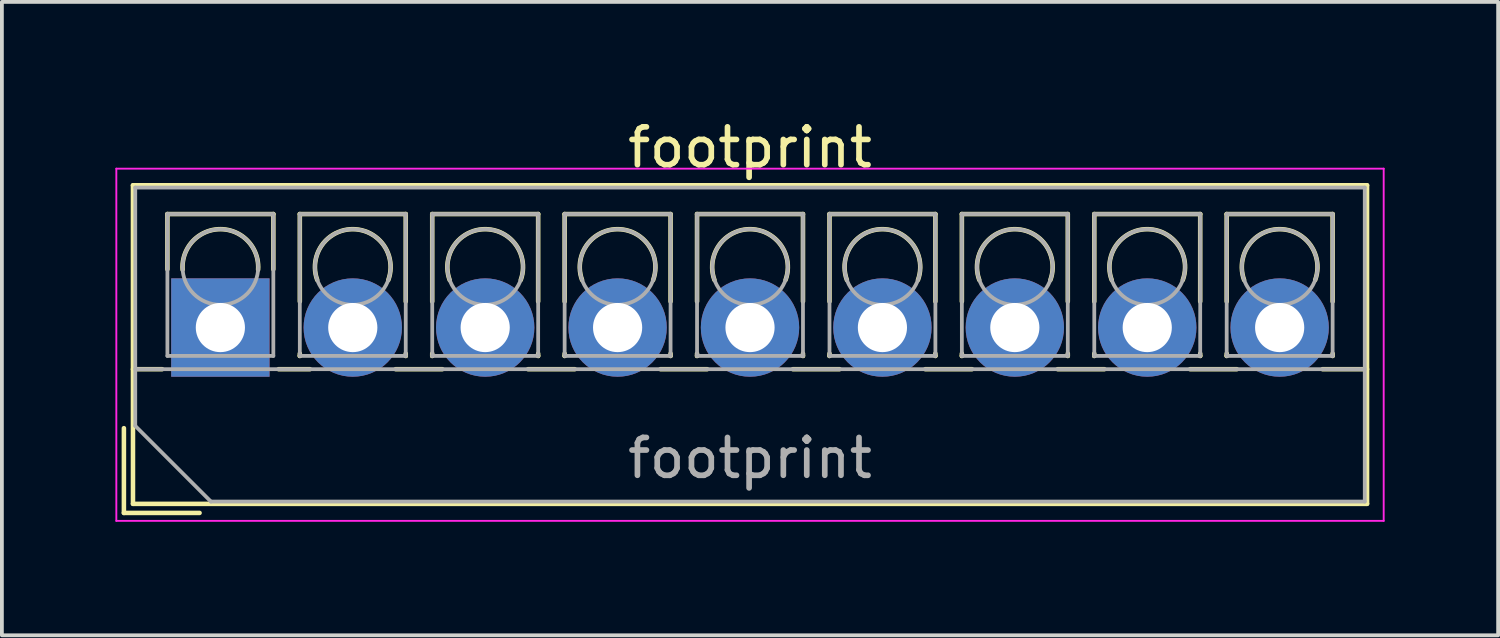
<source format=kicad_pcb>
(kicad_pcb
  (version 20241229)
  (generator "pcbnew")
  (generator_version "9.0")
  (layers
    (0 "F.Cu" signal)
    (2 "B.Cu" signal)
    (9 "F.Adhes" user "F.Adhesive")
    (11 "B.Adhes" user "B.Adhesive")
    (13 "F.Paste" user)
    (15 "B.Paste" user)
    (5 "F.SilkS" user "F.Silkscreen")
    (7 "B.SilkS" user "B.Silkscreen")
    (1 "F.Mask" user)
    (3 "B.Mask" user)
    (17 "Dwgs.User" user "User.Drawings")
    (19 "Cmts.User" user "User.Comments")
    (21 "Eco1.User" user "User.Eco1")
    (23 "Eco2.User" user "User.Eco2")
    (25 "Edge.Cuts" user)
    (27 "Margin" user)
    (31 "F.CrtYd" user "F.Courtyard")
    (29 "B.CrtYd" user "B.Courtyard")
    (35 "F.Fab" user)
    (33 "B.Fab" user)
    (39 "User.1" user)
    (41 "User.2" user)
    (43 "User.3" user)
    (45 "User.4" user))
  (footprint "footprint"
    (layer "F.Cu")
    (at 2.775 5.608)
    (property "Reference" "footprint" (at 14 -4.76 0) (layer "F.SilkS") (effects (font (size 1 1) (thickness 0.15))))
    (attr through_hole)
    (fp_line (start -2.55 2.66) (end -2.55 4.9) (stroke (width 0.12) (type solid)) (layer "F.SilkS"))
    (fp_line (start -2.55 4.9) (end -0.55 4.9) (stroke (width 0.12) (type solid)) (layer "F.SilkS"))
    (fp_line (start -2.31 -3.76) (end -2.31 4.66) (stroke (width 0.12) (type solid)) (layer "F.SilkS"))
    (fp_line (start -2.31 -3.76) (end 30.31 -3.76) (stroke (width 0.12) (type solid)) (layer "F.SilkS"))
    (fp_line (start -2.31 1.101) (end -1.54 1.101) (stroke (width 0.12) (type solid)) (layer "F.SilkS"))
    (fp_line (start -2.31 4.66) (end 30.31 4.66) (stroke (width 0.12) (type solid)) (layer "F.SilkS"))
    (fp_line (start -1.4 -3) (end -1.4 -1.54) (stroke (width 0.12) (type solid)) (layer "F.SilkS"))
    (fp_line (start -1.4 -3) (end 1.4 -3) (stroke (width 0.12) (type solid)) (layer "F.SilkS"))
    (fp_line (start 1.4 -3) (end 1.4 -1.54) (stroke (width 0.12) (type solid)) (layer "F.SilkS"))
    (fp_line (start 1.54 1.101) (end 2.367 1.101) (stroke (width 0.12) (type solid)) (layer "F.SilkS"))
    (fp_line (start 2.1 -3) (end 2.1 -0.689) (stroke (width 0.12) (type solid)) (layer "F.SilkS"))
    (fp_line (start 2.1 -3) (end 4.9 -3) (stroke (width 0.12) (type solid)) (layer "F.SilkS"))
    (fp_line (start 2.1 0.689) (end 2.1 0.75) (stroke (width 0.12) (type solid)) (layer "F.SilkS"))
    (fp_line (start 2.1 0.75) (end 2.101 0.75) (stroke (width 0.12) (type solid)) (layer "F.SilkS"))
    (fp_line (start 4.634 1.101) (end 5.867 1.101) (stroke (width 0.12) (type solid)) (layer "F.SilkS"))
    (fp_line (start 4.9 -3) (end 4.9 -0.689) (stroke (width 0.12) (type solid)) (layer "F.SilkS"))
    (fp_line (start 4.9 0.689) (end 4.9 0.75) (stroke (width 0.12) (type solid)) (layer "F.SilkS"))
    (fp_line (start 4.9 0.75) (end 4.9 0.75) (stroke (width 0.12) (type solid)) (layer "F.SilkS"))
    (fp_line (start 5.6 -3) (end 5.6 -0.689) (stroke (width 0.12) (type solid)) (layer "F.SilkS"))
    (fp_line (start 5.6 -3) (end 8.4 -3) (stroke (width 0.12) (type solid)) (layer "F.SilkS"))
    (fp_line (start 5.6 0.689) (end 5.6 0.75) (stroke (width 0.12) (type solid)) (layer "F.SilkS"))
    (fp_line (start 5.6 0.75) (end 5.601 0.75) (stroke (width 0.12) (type solid)) (layer "F.SilkS"))
    (fp_line (start 8.134 1.101) (end 9.367 1.101) (stroke (width 0.12) (type solid)) (layer "F.SilkS"))
    (fp_line (start 8.4 -3) (end 8.4 -0.689) (stroke (width 0.12) (type solid)) (layer "F.SilkS"))
    (fp_line (start 8.4 0.689) (end 8.4 0.75) (stroke (width 0.12) (type solid)) (layer "F.SilkS"))
    (fp_line (start 8.4 0.75) (end 8.4 0.75) (stroke (width 0.12) (type solid)) (layer "F.SilkS"))
    (fp_line (start 9.1 -3) (end 9.1 -0.689) (stroke (width 0.12) (type solid)) (layer "F.SilkS"))
    (fp_line (start 9.1 -3) (end 11.9 -3) (stroke (width 0.12) (type solid)) (layer "F.SilkS"))
    (fp_line (start 9.1 0.689) (end 9.1 0.75) (stroke (width 0.12) (type solid)) (layer "F.SilkS"))
    (fp_line (start 9.1 0.75) (end 9.101 0.75) (stroke (width 0.12) (type solid)) (layer "F.SilkS"))
    (fp_line (start 11.634 1.101) (end 12.867 1.101) (stroke (width 0.12) (type solid)) (layer "F.SilkS"))
    (fp_line (start 11.9 -3) (end 11.9 -0.689) (stroke (width 0.12) (type solid)) (layer "F.SilkS"))
    (fp_line (start 11.9 0.689) (end 11.9 0.75) (stroke (width 0.12) (type solid)) (layer "F.SilkS"))
    (fp_line (start 11.9 0.75) (end 11.9 0.75) (stroke (width 0.12) (type solid)) (layer "F.SilkS"))
    (fp_line (start 12.6 -3) (end 12.6 -0.689) (stroke (width 0.12) (type solid)) (layer "F.SilkS"))
    (fp_line (start 12.6 -3) (end 15.4 -3) (stroke (width 0.12) (type solid)) (layer "F.SilkS"))
    (fp_line (start 12.6 0.689) (end 12.6 0.75) (stroke (width 0.12) (type solid)) (layer "F.SilkS"))
    (fp_line (start 12.6 0.75) (end 12.601 0.75) (stroke (width 0.12) (type solid)) (layer "F.SilkS"))
    (fp_line (start 15.134 1.101) (end 16.367 1.101) (stroke (width 0.12) (type solid)) (layer "F.SilkS"))
    (fp_line (start 15.4 -3) (end 15.4 -0.689) (stroke (width 0.12) (type solid)) (layer "F.SilkS"))
    (fp_line (start 15.4 0.689) (end 15.4 0.75) (stroke (width 0.12) (type solid)) (layer "F.SilkS"))
    (fp_line (start 15.4 0.75) (end 15.4 0.75) (stroke (width 0.12) (type solid)) (layer "F.SilkS"))
    (fp_line (start 16.101 -3) (end 16.101 -0.689) (stroke (width 0.12) (type solid)) (layer "F.SilkS"))
    (fp_line (start 16.101 -3) (end 18.9 -3) (stroke (width 0.12) (type solid)) (layer "F.SilkS"))
    (fp_line (start 16.101 0.689) (end 16.101 0.75) (stroke (width 0.12) (type solid)) (layer "F.SilkS"))
    (fp_line (start 16.101 0.75) (end 16.101 0.75) (stroke (width 0.12) (type solid)) (layer "F.SilkS"))
    (fp_line (start 18.634 1.101) (end 19.867 1.101) (stroke (width 0.12) (type solid)) (layer "F.SilkS"))
    (fp_line (start 18.9 -3) (end 18.9 -0.689) (stroke (width 0.12) (type solid)) (layer "F.SilkS"))
    (fp_line (start 18.9 0.689) (end 18.9 0.75) (stroke (width 0.12) (type solid)) (layer "F.SilkS"))
    (fp_line (start 18.9 0.75) (end 18.9 0.75) (stroke (width 0.12) (type solid)) (layer "F.SilkS"))
    (fp_line (start 19.6 -3) (end 19.6 -0.689) (stroke (width 0.12) (type solid)) (layer "F.SilkS"))
    (fp_line (start 19.6 -3) (end 22.4 -3) (stroke (width 0.12) (type solid)) (layer "F.SilkS"))
    (fp_line (start 19.6 0.689) (end 19.6 0.75) (stroke (width 0.12) (type solid)) (layer "F.SilkS"))
    (fp_line (start 19.6 0.75) (end 19.601 0.75) (stroke (width 0.12) (type solid)) (layer "F.SilkS"))
    (fp_line (start 22.134 1.101) (end 23.367 1.101) (stroke (width 0.12) (type solid)) (layer "F.SilkS"))
    (fp_line (start 22.4 -3) (end 22.4 -0.689) (stroke (width 0.12) (type solid)) (layer "F.SilkS"))
    (fp_line (start 22.4 0.689) (end 22.4 0.75) (stroke (width 0.12) (type solid)) (layer "F.SilkS"))
    (fp_line (start 22.4 0.75) (end 22.4 0.75) (stroke (width 0.12) (type solid)) (layer "F.SilkS"))
    (fp_line (start 23.1 -3) (end 23.1 -0.689) (stroke (width 0.12) (type solid)) (layer "F.SilkS"))
    (fp_line (start 23.1 -3) (end 25.9 -3) (stroke (width 0.12) (type solid)) (layer "F.SilkS"))
    (fp_line (start 23.1 0.689) (end 23.1 0.75) (stroke (width 0.12) (type solid)) (layer "F.SilkS"))
    (fp_line (start 23.1 0.75) (end 23.101 0.75) (stroke (width 0.12) (type solid)) (layer "F.SilkS"))
    (fp_line (start 25.634 1.101) (end 26.867 1.101) (stroke (width 0.12) (type solid)) (layer "F.SilkS"))
    (fp_line (start 25.9 -3) (end 25.9 -0.689) (stroke (width 0.12) (type solid)) (layer "F.SilkS"))
    (fp_line (start 25.9 0.689) (end 25.9 0.75) (stroke (width 0.12) (type solid)) (layer "F.SilkS"))
    (fp_line (start 25.9 0.75) (end 25.9 0.75) (stroke (width 0.12) (type solid)) (layer "F.SilkS"))
    (fp_line (start 26.6 -3) (end 26.6 -0.689) (stroke (width 0.12) (type solid)) (layer "F.SilkS"))
    (fp_line (start 26.6 -3) (end 29.4 -3) (stroke (width 0.12) (type solid)) (layer "F.SilkS"))
    (fp_line (start 26.6 0.689) (end 26.6 0.75) (stroke (width 0.12) (type solid)) (layer "F.SilkS"))
    (fp_line (start 26.6 0.75) (end 26.601 0.75) (stroke (width 0.12) (type solid)) (layer "F.SilkS"))
    (fp_line (start 29.134 1.101) (end 30.31 1.101) (stroke (width 0.12) (type solid)) (layer "F.SilkS"))
    (fp_line (start 29.4 -3) (end 29.4 -0.689) (stroke (width 0.12) (type solid)) (layer "F.SilkS"))
    (fp_line (start 29.4 0.689) (end 29.4 0.75) (stroke (width 0.12) (type solid)) (layer "F.SilkS"))
    (fp_line (start 29.4 0.75) (end 29.4 0.75) (stroke (width 0.12) (type solid)) (layer "F.SilkS"))
    (fp_line (start 30.31 -3.76) (end 30.31 4.66) (stroke (width 0.12) (type solid)) (layer "F.SilkS"))
    (fp_arc (start -0.99789 -1.529434) (mid -0.000785 -2.600382) (end 0.998 -1.531) (stroke (width 0.12) (type solid)) (layer "F.SilkS"))
    (fp_arc (start 2.560085 -1.257767) (mid 3.499876 -2.600282) (end 4.44 -1.258) (stroke (width 0.12) (type solid)) (layer "F.SilkS"))
    (fp_arc (start 6.060085 -1.257767) (mid 6.999876 -2.600282) (end 7.94 -1.258) (stroke (width 0.12) (type solid)) (layer "F.SilkS"))
    (fp_arc (start 9.560085 -1.257767) (mid 10.499876 -2.600282) (end 11.44 -1.258) (stroke (width 0.12) (type solid)) (layer "F.SilkS"))
    (fp_arc (start 13.060085 -1.257767) (mid 13.999876 -2.600282) (end 14.94 -1.258) (stroke (width 0.12) (type solid)) (layer "F.SilkS"))
    (fp_arc (start 16.560085 -1.257767) (mid 17.499876 -2.600282) (end 18.44 -1.258) (stroke (width 0.12) (type solid)) (layer "F.SilkS"))
    (fp_arc (start 20.060085 -1.257767) (mid 20.999876 -2.600282) (end 21.94 -1.258) (stroke (width 0.12) (type solid)) (layer "F.SilkS"))
    (fp_arc (start 23.560085 -1.257767) (mid 24.499876 -2.600282) (end 25.44 -1.258) (stroke (width 0.12) (type solid)) (layer "F.SilkS"))
    (fp_arc (start 27.060085 -1.257767) (mid 27.999876 -2.600282) (end 28.94 -1.258) (stroke (width 0.12) (type solid)) (layer "F.SilkS"))
    (fp_line (start -2.75 -4.2) (end -2.75 5.11) (stroke (width 0.05) (type solid)) (layer "F.CrtYd"))
    (fp_line (start -2.75 5.11) (end 30.75 5.11) (stroke (width 0.05) (type solid)) (layer "F.CrtYd"))
    (fp_line (start 30.75 -4.2) (end -2.75 -4.2) (stroke (width 0.05) (type solid)) (layer "F.CrtYd"))
    (fp_line (start 30.75 5.11) (end 30.75 -4.2) (stroke (width 0.05) (type solid)) (layer "F.CrtYd"))
    (fp_line (start -2.25 -3.7) (end 30.25 -3.7) (stroke (width 0.1) (type solid)) (layer "F.Fab"))
    (fp_line (start -2.25 1.1) (end 30.25 1.1) (stroke (width 0.1) (type solid)) (layer "F.Fab"))
    (fp_line (start -2.25 2.6) (end -2.25 -3.7) (stroke (width 0.1) (type solid)) (layer "F.Fab"))
    (fp_line (start -1.4 -3) (end -1.4 0.75) (stroke (width 0.1) (type solid)) (layer "F.Fab"))
    (fp_line (start -1.4 0.75) (end 1.4 0.75) (stroke (width 0.1) (type solid)) (layer "F.Fab"))
    (fp_line (start -0.25 4.6) (end -2.25 2.6) (stroke (width 0.1) (type solid)) (layer "F.Fab"))
    (fp_line (start 1.4 -3) (end -1.4 -3) (stroke (width 0.1) (type solid)) (layer "F.Fab"))
    (fp_line (start 1.4 0.75) (end 1.4 -3) (stroke (width 0.1) (type solid)) (layer "F.Fab"))
    (fp_line (start 2.1 -3) (end 2.1 0.75) (stroke (width 0.1) (type solid)) (layer "F.Fab"))
    (fp_line (start 2.1 0.75) (end 4.9 0.75) (stroke (width 0.1) (type solid)) (layer "F.Fab"))
    (fp_line (start 4.9 -3) (end 2.1 -3) (stroke (width 0.1) (type solid)) (layer "F.Fab"))
    (fp_line (start 4.9 0.75) (end 4.9 -3) (stroke (width 0.1) (type solid)) (layer "F.Fab"))
    (fp_line (start 5.6 -3) (end 5.6 0.75) (stroke (width 0.1) (type solid)) (layer "F.Fab"))
    (fp_line (start 5.6 0.75) (end 8.4 0.75) (stroke (width 0.1) (type solid)) (layer "F.Fab"))
    (fp_line (start 8.4 -3) (end 5.6 -3) (stroke (width 0.1) (type solid)) (layer "F.Fab"))
    (fp_line (start 8.4 0.75) (end 8.4 -3) (stroke (width 0.1) (type solid)) (layer "F.Fab"))
    (fp_line (start 9.1 -3) (end 9.1 0.75) (stroke (width 0.1) (type solid)) (layer "F.Fab"))
    (fp_line (start 9.1 0.75) (end 11.9 0.75) (stroke (width 0.1) (type solid)) (layer "F.Fab"))
    (fp_line (start 11.9 -3) (end 9.1 -3) (stroke (width 0.1) (type solid)) (layer "F.Fab"))
    (fp_line (start 11.9 0.75) (end 11.9 -3) (stroke (width 0.1) (type solid)) (layer "F.Fab"))
    (fp_line (start 12.6 -3) (end 12.6 0.75) (stroke (width 0.1) (type solid)) (layer "F.Fab"))
    (fp_line (start 12.6 0.75) (end 15.4 0.75) (stroke (width 0.1) (type solid)) (layer "F.Fab"))
    (fp_line (start 15.4 -3) (end 12.6 -3) (stroke (width 0.1) (type solid)) (layer "F.Fab"))
    (fp_line (start 15.4 0.75) (end 15.4 -3) (stroke (width 0.1) (type solid)) (layer "F.Fab"))
    (fp_line (start 16.101 -3) (end 16.101 0.75) (stroke (width 0.1) (type solid)) (layer "F.Fab"))
    (fp_line (start 16.101 0.75) (end 18.9 0.75) (stroke (width 0.1) (type solid)) (layer "F.Fab"))
    (fp_line (start 18.9 -3) (end 16.101 -3) (stroke (width 0.1) (type solid)) (layer "F.Fab"))
    (fp_line (start 18.9 0.75) (end 18.9 -3) (stroke (width 0.1) (type solid)) (layer "F.Fab"))
    (fp_line (start 19.6 -3) (end 19.6 0.75) (stroke (width 0.1) (type solid)) (layer "F.Fab"))
    (fp_line (start 19.6 0.75) (end 22.4 0.75) (stroke (width 0.1) (type solid)) (layer "F.Fab"))
    (fp_line (start 22.4 -3) (end 19.6 -3) (stroke (width 0.1) (type solid)) (layer "F.Fab"))
    (fp_line (start 22.4 0.75) (end 22.4 -3) (stroke (width 0.1) (type solid)) (layer "F.Fab"))
    (fp_line (start 23.1 -3) (end 23.1 0.75) (stroke (width 0.1) (type solid)) (layer "F.Fab"))
    (fp_line (start 23.1 0.75) (end 25.9 0.75) (stroke (width 0.1) (type solid)) (layer "F.Fab"))
    (fp_line (start 25.9 -3) (end 23.1 -3) (stroke (width 0.1) (type solid)) (layer "F.Fab"))
    (fp_line (start 25.9 0.75) (end 25.9 -3) (stroke (width 0.1) (type solid)) (layer "F.Fab"))
    (fp_line (start 26.6 -3) (end 26.6 0.75) (stroke (width 0.1) (type solid)) (layer "F.Fab"))
    (fp_line (start 26.6 0.75) (end 29.4 0.75) (stroke (width 0.1) (type solid)) (layer "F.Fab"))
    (fp_line (start 29.4 -3) (end 26.6 -3) (stroke (width 0.1) (type solid)) (layer "F.Fab"))
    (fp_line (start 29.4 0.75) (end 29.4 -3) (stroke (width 0.1) (type solid)) (layer "F.Fab"))
    (fp_line (start 30.25 -3.7) (end 30.25 4.6) (stroke (width 0.1) (type solid)) (layer "F.Fab"))
    (fp_line (start 30.25 4.6) (end -0.25 4.6) (stroke (width 0.1) (type solid)) (layer "F.Fab"))
    (fp_circle (center 0 -1.6) (end 1 -1.6) (stroke (width 0.1) (type solid)) (fill no) (layer "F.Fab"))
    (fp_circle (center 3.5 -1.6) (end 4.5 -1.6) (stroke (width 0.1) (type solid)) (fill no) (layer "F.Fab"))
    (fp_circle (center 7 -1.6) (end 8 -1.6) (stroke (width 0.1) (type solid)) (fill no) (layer "F.Fab"))
    (fp_circle (center 10.5 -1.6) (end 11.5 -1.6) (stroke (width 0.1) (type solid)) (fill no) (layer "F.Fab"))
    (fp_circle (center 14 -1.6) (end 15 -1.6) (stroke (width 0.1) (type solid)) (fill no) (layer "F.Fab"))
    (fp_circle (center 17.5 -1.6) (end 18.5 -1.6) (stroke (width 0.1) (type solid)) (fill no) (layer "F.Fab"))
    (fp_circle (center 21 -1.6) (end 22 -1.6) (stroke (width 0.1) (type solid)) (fill no) (layer "F.Fab"))
    (fp_circle (center 24.5 -1.6) (end 25.5 -1.6) (stroke (width 0.1) (type solid)) (fill no) (layer "F.Fab"))
    (fp_circle (center 28 -1.6) (end 29 -1.6) (stroke (width 0.1) (type solid)) (fill no) (layer "F.Fab"))
    (fp_text user "${REFERENCE}" (at 14 3.45 0) (layer "F.Fab") (effects (font (size 1 1) (thickness 0.15))))
    (pad "1" thru_hole rect (at 0 0) (size 2.6 2.6) (drill 1.3) (layers "*.Cu" "*.Mask"))
    (pad "2" thru_hole circle (at 3.5 0) (size 2.6 2.6) (drill 1.3) (layers "*.Cu" "*.Mask"))
    (pad "3" thru_hole circle (at 7 0) (size 2.6 2.6) (drill 1.3) (layers "*.Cu" "*.Mask"))
    (pad "4" thru_hole circle (at 10.5 0) (size 2.6 2.6) (drill 1.3) (layers "*.Cu" "*.Mask"))
    (pad "5" thru_hole circle (at 14 0) (size 2.6 2.6) (drill 1.3) (layers "*.Cu" "*.Mask"))
    (pad "6" thru_hole circle (at 17.5 0) (size 2.6 2.6) (drill 1.3) (layers "*.Cu" "*.Mask"))
    (pad "7" thru_hole circle (at 21 0) (size 2.6 2.6) (drill 1.3) (layers "*.Cu" "*.Mask"))
    (pad "8" thru_hole circle (at 24.5 0) (size 2.6 2.6) (drill 1.3) (layers "*.Cu" "*.Mask"))
    (pad "9" thru_hole circle (at 28 0) (size 2.6 2.6) (drill 1.3) (layers "*.Cu" "*.Mask")))
  (gr_rect
    (start -3 -3)
    (end 36.55 13.743)
    (stroke (width 0.1) (type default))
    (fill no)
    (layer "Edge.Cuts")))
</source>
